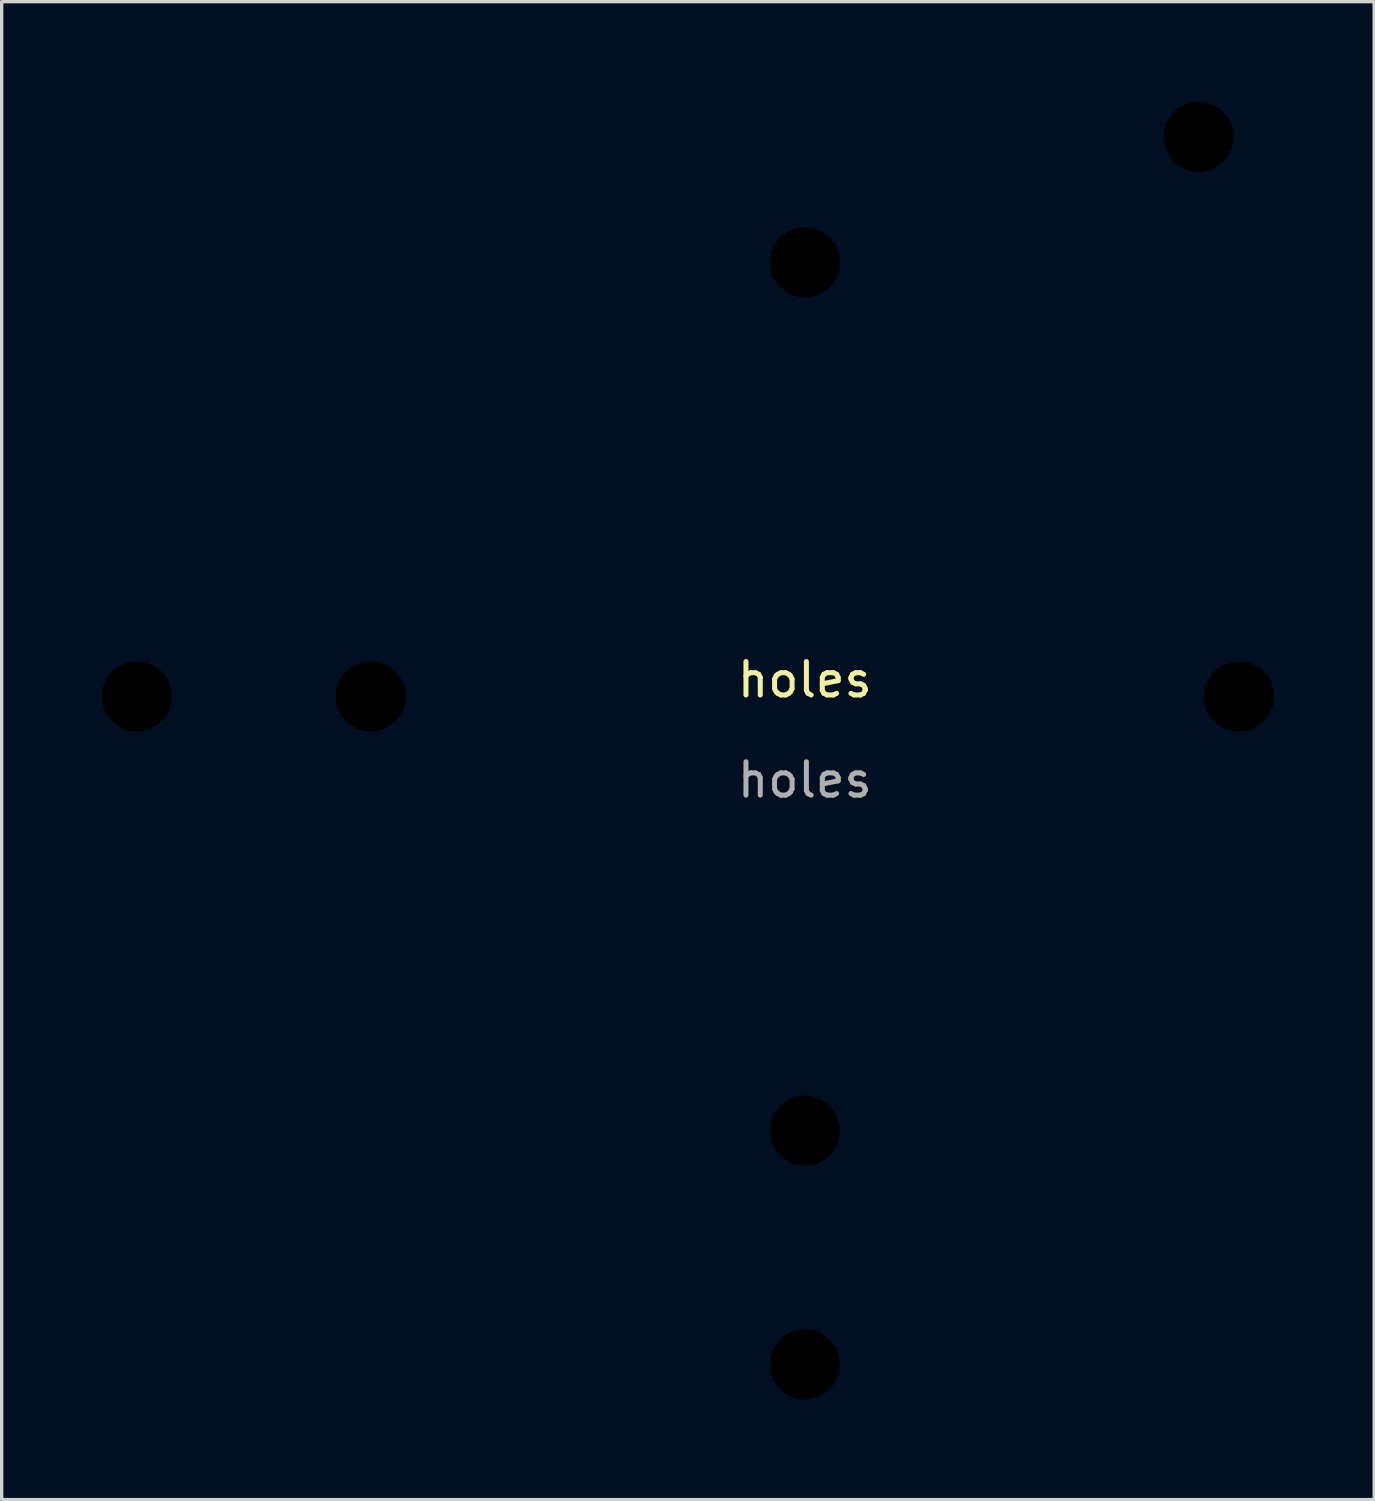
<source format=kicad_pcb>
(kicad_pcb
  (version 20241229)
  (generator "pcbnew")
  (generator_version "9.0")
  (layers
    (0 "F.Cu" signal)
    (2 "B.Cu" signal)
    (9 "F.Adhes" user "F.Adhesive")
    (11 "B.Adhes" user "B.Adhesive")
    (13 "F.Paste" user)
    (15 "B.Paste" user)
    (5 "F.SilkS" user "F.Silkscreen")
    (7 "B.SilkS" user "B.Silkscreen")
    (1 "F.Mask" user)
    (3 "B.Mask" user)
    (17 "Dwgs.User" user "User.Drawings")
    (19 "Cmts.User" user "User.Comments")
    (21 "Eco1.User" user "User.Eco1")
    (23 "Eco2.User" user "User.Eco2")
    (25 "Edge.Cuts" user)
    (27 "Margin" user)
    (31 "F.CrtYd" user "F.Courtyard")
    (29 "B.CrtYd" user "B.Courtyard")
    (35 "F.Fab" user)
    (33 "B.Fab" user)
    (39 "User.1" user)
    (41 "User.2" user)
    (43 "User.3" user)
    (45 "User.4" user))
  (footprint "holes"
    (layer "F.Cu")
    (at 21.049 17.805)
    (property "Reference" "holes" (at 0 -0.5 0) (unlocked yes) (layer "F.SilkS") (effects (font (size 1 1) (thickness 0.15))))
    (attr smd)
    (fp_text user "${REFERENCE}" (at 0 2.5 0) (unlocked yes) (layer "F.Fab") (effects (font (size 1 1) (thickness 0.15))))
    (pad "" np_thru_hole circle (at -20 0) (size 2.098 2.098) (drill 2.098) (layers "*.Mask"))
    (pad "" np_thru_hole circle (at -13 0) (size 2.098 2.098) (drill 2.098) (layers "*.Mask"))
    (pad "" np_thru_hole circle (at 0 -13) (size 2.098 2.098) (drill 2.098) (layers "*.Mask"))
    (pad "" np_thru_hole circle (at 0 13) (size 2.098 2.098) (drill 2.098) (layers "*.Mask"))
    (pad "" np_thru_hole circle (at 0 20) (size 2.098 2.098) (drill 2.098) (layers "*.Mask"))
    (pad "" np_thru_hole circle (at 11.788 -16.756) (size 2.098 2.098) (drill 2.098) (layers "*.Mask"))
    (pad "" np_thru_hole circle (at 13 0) (size 2.098 2.098) (drill 2.098) (layers "*.Mask")))
  (gr_rect
    (start -3 -3)
    (end 38.098 41.854)
    (stroke (width 0.1) (type default))
    (fill no)
    (layer "Edge.Cuts")))
</source>
